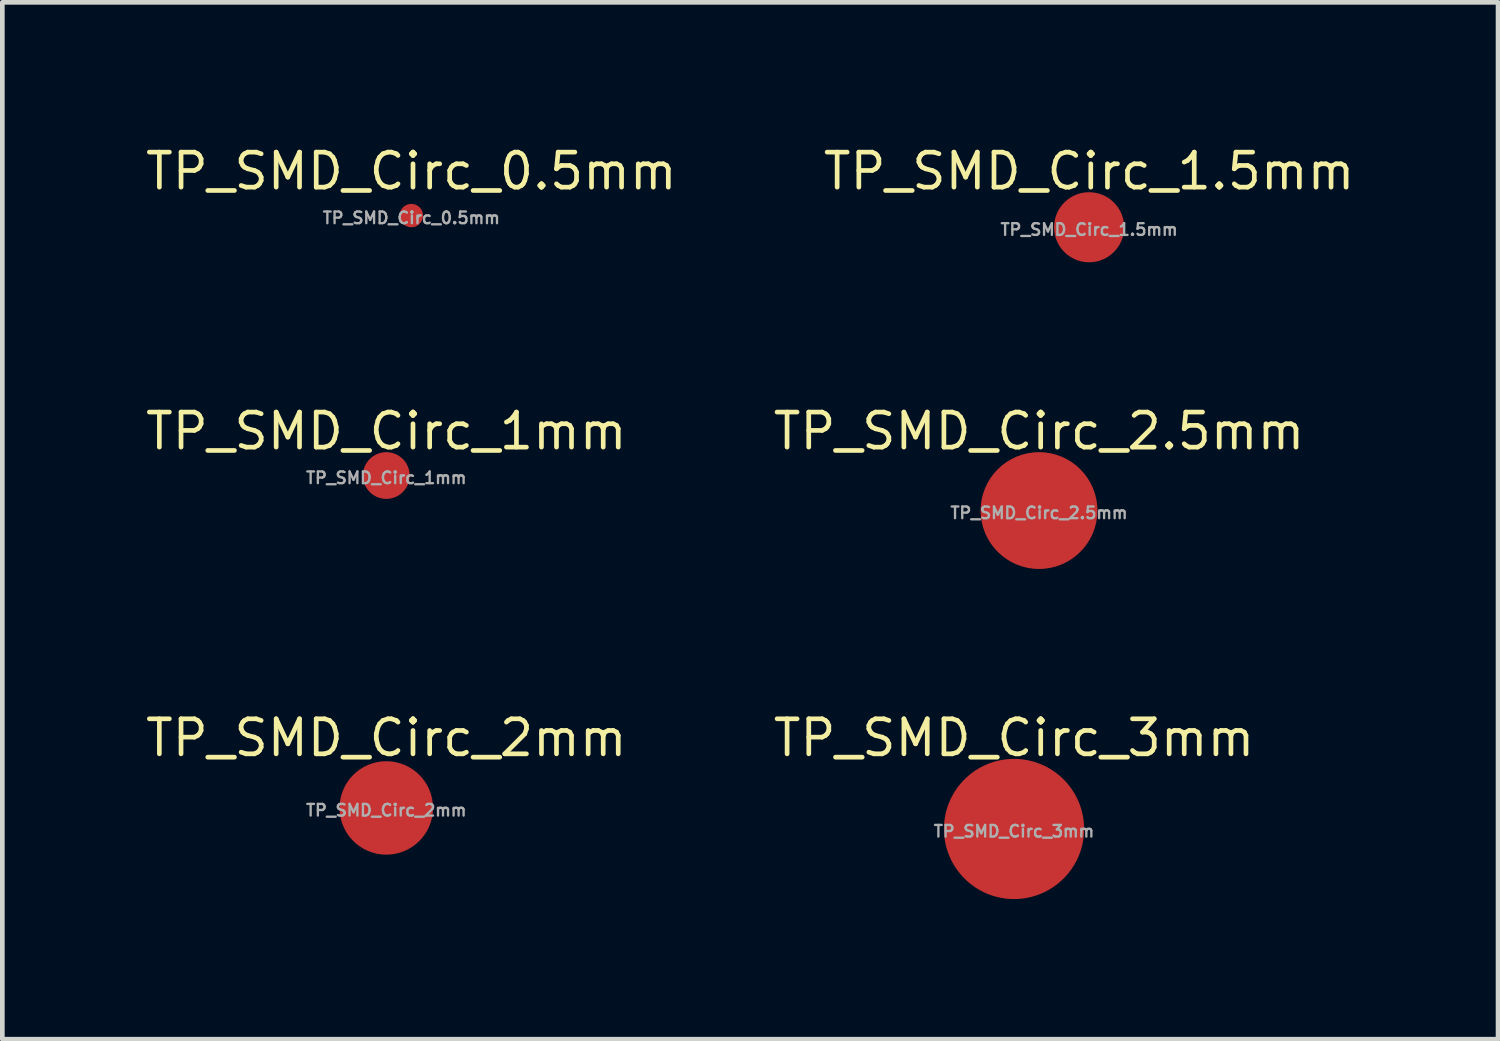
<source format=kicad_pcb>
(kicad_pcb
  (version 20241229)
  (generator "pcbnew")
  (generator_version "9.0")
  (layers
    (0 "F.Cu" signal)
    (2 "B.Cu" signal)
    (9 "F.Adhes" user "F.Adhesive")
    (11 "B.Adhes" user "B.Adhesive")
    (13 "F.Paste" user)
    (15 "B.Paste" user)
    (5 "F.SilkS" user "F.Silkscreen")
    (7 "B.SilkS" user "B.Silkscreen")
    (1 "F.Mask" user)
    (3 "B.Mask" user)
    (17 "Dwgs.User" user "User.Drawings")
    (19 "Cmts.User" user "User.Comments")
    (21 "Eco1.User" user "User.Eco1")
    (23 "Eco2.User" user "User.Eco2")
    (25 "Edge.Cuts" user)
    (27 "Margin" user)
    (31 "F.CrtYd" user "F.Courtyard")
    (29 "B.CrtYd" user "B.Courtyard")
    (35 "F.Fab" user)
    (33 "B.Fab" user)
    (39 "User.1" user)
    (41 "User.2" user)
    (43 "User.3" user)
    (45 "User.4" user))
  (footprint "TP_SMD_Circ_0.5mm"
    (layer "F.Cu")
    (at 5.754 1.564)
    (property "Reference" "TP_SMD_Circ_0.5mm" (at 0 -0.95 0) (unlocked yes) (layer "F.SilkS") (effects (font (size 0.75 0.75) (thickness 0.1))))
    (attr smd exclude_from_pos_files exclude_from_bom)
    (fp_text user "${REFERENCE}" (at 0 0.05 0) (unlocked yes) (layer "F.Fab") (effects (font (size 0.25 0.25) (thickness 0.05))))
    (pad "1" smd circle (at 0 0) (size 0.5 0.5) (layers "F.Cu" "F.Mask" "F.Paste")))
  (footprint "TP_SMD_Circ_1mm"
    (layer "F.Cu")
    (at 5.218 7.128)
    (property "Reference" "TP_SMD_Circ_1mm" (at 0 -0.95 0) (unlocked yes) (layer "F.SilkS") (effects (font (size 0.75 0.75) (thickness 0.1))))
    (attr smd exclude_from_pos_files exclude_from_bom)
    (fp_text user "${REFERENCE}" (at 0 0.05 0) (unlocked yes) (layer "F.Fab") (effects (font (size 0.25 0.25) (thickness 0.05))))
    (pad "1" smd circle (at 0 0) (size 1 1) (layers "F.Cu" "F.Mask" "F.Paste")))
  (footprint "TP_SMD_Circ_2.5mm"
    (layer "F.Cu")
    (at 19.189 7.878)
    (property "Reference" "TP_SMD_Circ_2.5mm" (at 0 -1.7 0) (unlocked yes) (layer "F.SilkS") (effects (font (size 0.75 0.75) (thickness 0.1))))
    (attr smd exclude_from_pos_files exclude_from_bom)
    (fp_text user "${REFERENCE}" (at 0 0.05 0) (unlocked yes) (layer "F.Fab") (effects (font (size 0.25 0.25) (thickness 0.05))))
    (pad "1" smd circle (at 0 0) (size 2.5 2.5) (layers "F.Cu" "F.Mask" "F.Paste")))
  (footprint "TP_SMD_Circ_1.5mm"
    (layer "F.Cu")
    (at 20.261 1.814)
    (property "Reference" "TP_SMD_Circ_1.5mm" (at 0 -1.2 0) (unlocked yes) (layer "F.SilkS") (effects (font (size 0.75 0.75) (thickness 0.1))))
    (attr smd exclude_from_pos_files exclude_from_bom)
    (fp_text user "${REFERENCE}" (at 0 0.05 0) (unlocked yes) (layer "F.Fab") (effects (font (size 0.25 0.25) (thickness 0.05))))
    (pad "1" smd circle (at 0 0) (size 1.5 1.5) (layers "F.Cu" "F.Mask" "F.Paste")))
  (footprint "TP_SMD_Circ_3mm"
    (layer "F.Cu")
    (at 18.654 14.693)
    (property "Reference" "TP_SMD_Circ_3mm" (at 0 -1.95 0) (unlocked yes) (layer "F.SilkS") (effects (font (size 0.75 0.75) (thickness 0.1))))
    (attr smd exclude_from_pos_files exclude_from_bom)
    (fp_text user "${REFERENCE}" (at 0 0.05 0) (unlocked yes) (layer "F.Fab") (effects (font (size 0.25 0.25) (thickness 0.05))))
    (pad "1" smd circle (at 0 0) (size 3 3) (layers "F.Cu" "F.Mask" "F.Paste")))
  (footprint "TP_SMD_Circ_2mm"
    (layer "F.Cu")
    (at 5.218 14.243)
    (property "Reference" "TP_SMD_Circ_2mm" (at 0 -1.5 0) (unlocked yes) (layer "F.SilkS") (effects (font (size 0.75 0.75) (thickness 0.1))))
    (attr smd exclude_from_pos_files exclude_from_bom)
    (fp_text user "${REFERENCE}" (at 0 0.05 0) (unlocked yes) (layer "F.Fab") (effects (font (size 0.25 0.25) (thickness 0.05))))
    (pad "1" smd circle (at 0 0) (size 2 2) (layers "F.Cu" "F.Mask" "F.Paste")))
  (gr_rect
    (start -3 -3)
    (end 29.014 19.193)
    (stroke (width 0.1) (type default))
    (fill no)
    (layer "Edge.Cuts")))
</source>
